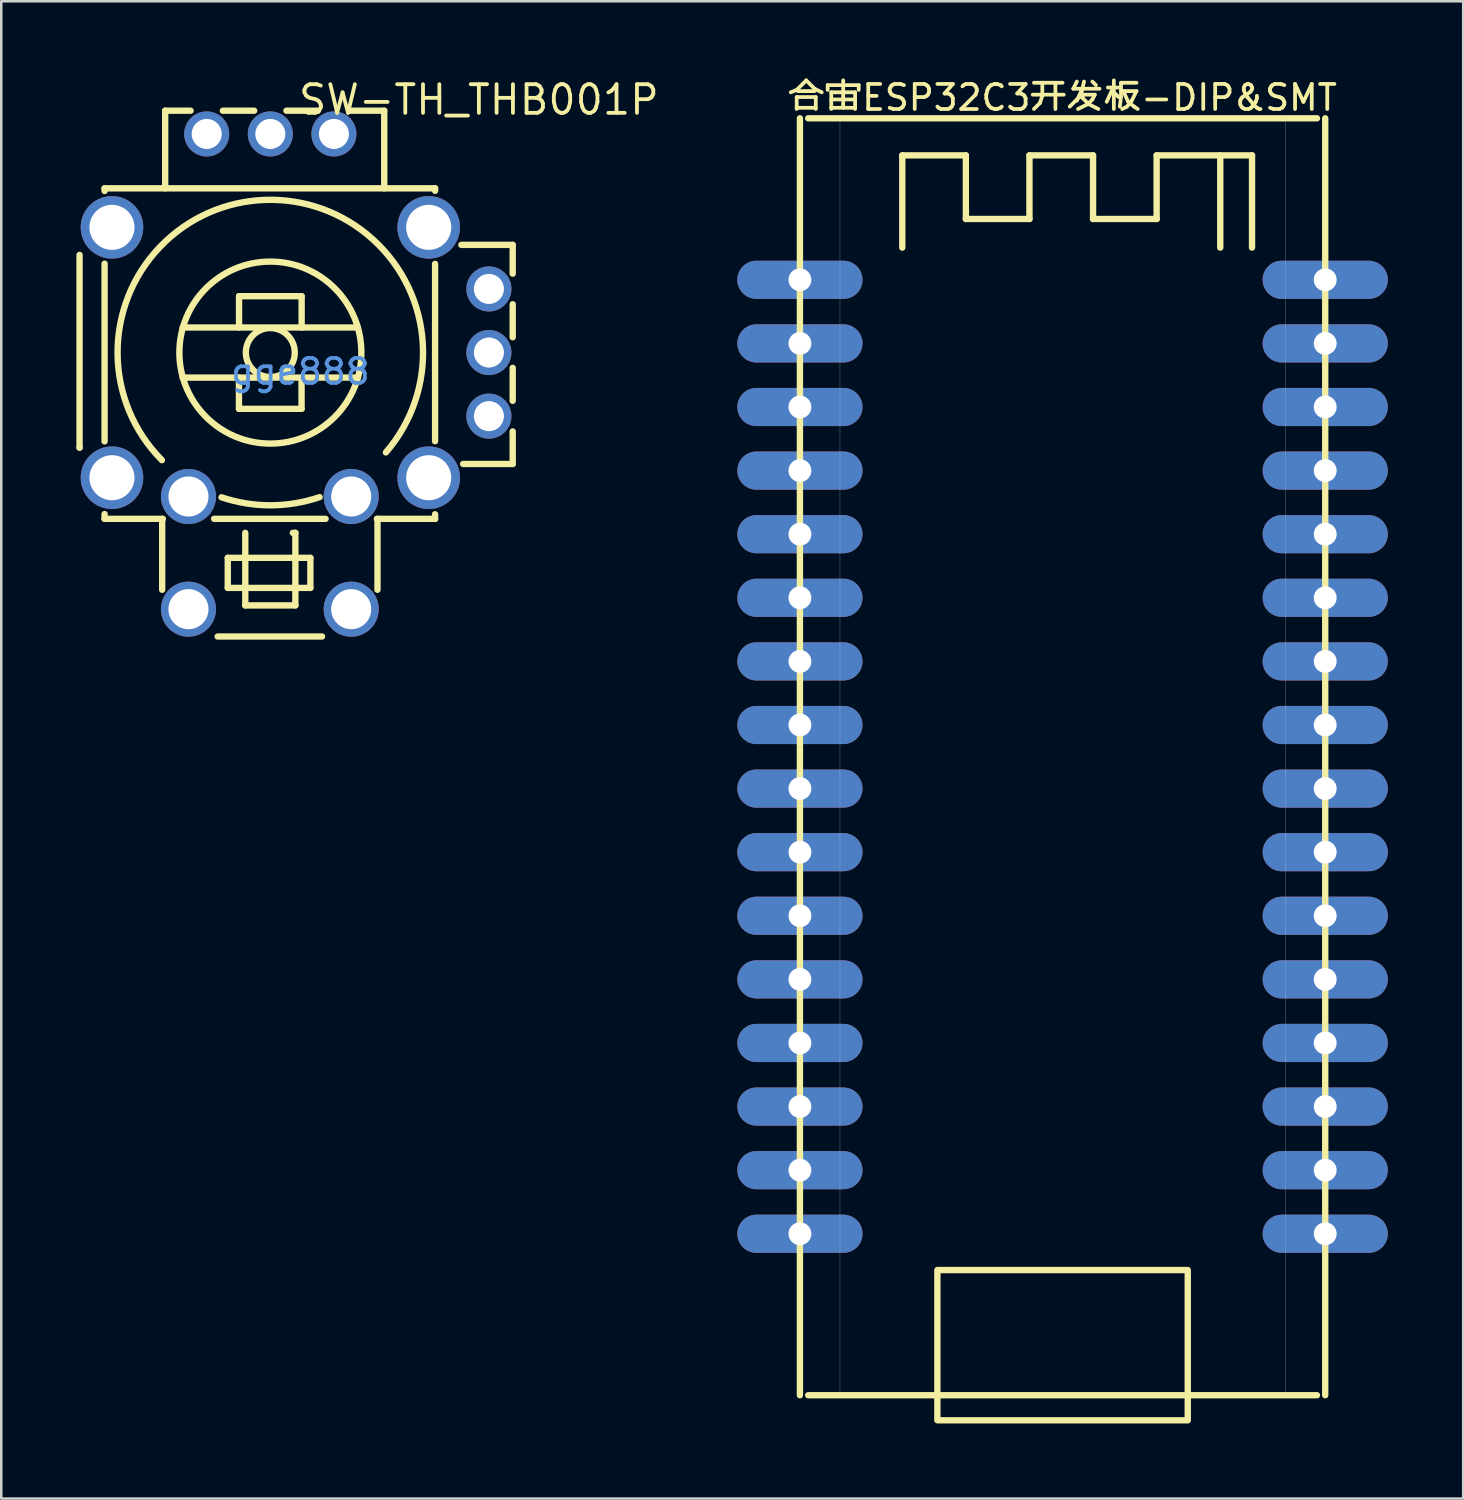
<source format=kicad_pcb>
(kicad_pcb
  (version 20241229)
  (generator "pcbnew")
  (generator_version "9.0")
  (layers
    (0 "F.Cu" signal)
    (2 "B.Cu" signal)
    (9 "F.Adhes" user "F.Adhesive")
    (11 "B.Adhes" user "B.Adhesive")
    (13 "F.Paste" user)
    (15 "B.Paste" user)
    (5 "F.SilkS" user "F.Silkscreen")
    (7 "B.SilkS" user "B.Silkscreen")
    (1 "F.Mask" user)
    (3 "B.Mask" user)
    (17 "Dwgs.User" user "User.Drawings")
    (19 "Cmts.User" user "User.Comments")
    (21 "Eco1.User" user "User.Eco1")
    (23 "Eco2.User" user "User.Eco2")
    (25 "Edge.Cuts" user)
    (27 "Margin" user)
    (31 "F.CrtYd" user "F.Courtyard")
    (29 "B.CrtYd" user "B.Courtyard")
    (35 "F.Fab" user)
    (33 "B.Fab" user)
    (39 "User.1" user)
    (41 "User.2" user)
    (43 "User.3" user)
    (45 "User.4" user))
  (footprint "SW-TH_THB001P"
    (layer "F.Cu")
    (at 8.949 11.79)
    (property "Reference" "SW-TH_THB001P" (at -0.158 -10.855 0) (layer "F.SilkS") (effects (font (size 1.143 1.143) (thickness 0.152)) (justify left)))
    (attr through_hole)
    (fp_line (start -8.822 -4.66) (end -8.822 3.04) (stroke (width 0.254) (type solid)) (layer "F.SilkS"))
    (fp_line (start -8.822 3.04) (end -8.822 3.04) (stroke (width 0.254) (type solid)) (layer "F.SilkS"))
    (fp_line (start -7.822 -7.318) (end 5.378 -7.318) (stroke (width 0.254) (type solid)) (layer "F.SilkS"))
    (fp_line (start -7.822 -7.212) (end -7.822 -7.318) (stroke (width 0.254) (type solid)) (layer "F.SilkS"))
    (fp_line (start -7.822 2.788) (end -7.822 -4.309) (stroke (width 0.254) (type solid)) (layer "F.SilkS"))
    (fp_line (start -7.822 5.882) (end -7.822 5.691) (stroke (width 0.254) (type solid)) (layer "F.SilkS"))
    (fp_line (start -5.522 8.715) (end -5.522 5.882) (stroke (width 0.254) (type solid)) (layer "F.SilkS"))
    (fp_line (start -5.496 5.882) (end -7.822 5.882) (stroke (width 0.254) (type solid)) (layer "F.SilkS"))
    (fp_line (start -5.402 -10.418) (end -4.387 -10.418) (stroke (width 0.254) (type solid)) (layer "F.SilkS"))
    (fp_line (start -5.402 -7.318) (end -5.402 -10.418) (stroke (width 0.254) (type solid)) (layer "F.SilkS"))
    (fp_line (start -4.703 0.241) (end 2.298 0.24) (stroke (width 0.254) (type solid)) (layer "F.SilkS"))
    (fp_line (start -4.702 -1.76) (end 2.298 -1.76) (stroke (width 0.254) (type solid)) (layer "F.SilkS"))
    (fp_line (start -3.306 10.582) (end 0.862 10.582) (stroke (width 0.254) (type solid)) (layer "F.SilkS"))
    (fp_line (start -3.098 -10.418) (end -1.847 -10.418) (stroke (width 0.254) (type solid)) (layer "F.SilkS"))
    (fp_line (start -2.902 7.44) (end 0.397 7.44) (stroke (width 0.254) (type solid)) (layer "F.SilkS"))
    (fp_line (start -2.902 8.64) (end -2.902 7.44) (stroke (width 0.254) (type solid)) (layer "F.SilkS"))
    (fp_line (start -2.455 1.488) (end -2.455 0.238) (stroke (width 0.254) (type solid)) (layer "F.SilkS"))
    (fp_line (start -2.452 -3.01) (end 0.048 -3.01) (stroke (width 0.254) (type solid)) (layer "F.SilkS"))
    (fp_line (start -2.452 -1.76) (end -2.452 -3.01) (stroke (width 0.254) (type solid)) (layer "F.SilkS"))
    (fp_line (start -2.203 6.441) (end -2.203 9.339) (stroke (width 0.254) (type solid)) (layer "F.SilkS"))
    (fp_line (start -2.203 9.339) (end -0.202 9.339) (stroke (width 0.254) (type solid)) (layer "F.SilkS"))
    (fp_line (start -0.558 -10.418) (end 0.693 -10.418) (stroke (width 0.254) (type solid)) (layer "F.SilkS"))
    (fp_line (start -0.202 6.441) (end -0.303 6.441) (stroke (width 0.254) (type solid)) (layer "F.SilkS"))
    (fp_line (start -0.202 9.339) (end -0.202 6.441) (stroke (width 0.254) (type solid)) (layer "F.SilkS"))
    (fp_line (start 0.045 0.238) (end 0.045 1.488) (stroke (width 0.254) (type solid)) (layer "F.SilkS"))
    (fp_line (start 0.045 1.488) (end -2.455 1.488) (stroke (width 0.254) (type solid)) (layer "F.SilkS"))
    (fp_line (start 0.048 -3.01) (end 0.048 -1.76) (stroke (width 0.254) (type solid)) (layer "F.SilkS"))
    (fp_line (start 0.397 7.44) (end 0.397 8.64) (stroke (width 0.254) (type solid)) (layer "F.SilkS"))
    (fp_line (start 0.397 8.64) (end -2.902 8.64) (stroke (width 0.254) (type solid)) (layer "F.SilkS"))
    (fp_line (start 1.004 5.882) (end -3.448 5.882) (stroke (width 0.254) (type solid)) (layer "F.SilkS"))
    (fp_line (start 1.982 -10.418) (end 3.347 -10.418) (stroke (width 0.254) (type solid)) (layer "F.SilkS"))
    (fp_line (start 3.078 8.715) (end 3.078 5.882) (stroke (width 0.254) (type solid)) (layer "F.SilkS"))
    (fp_line (start 3.347 -7.318) (end 3.347 -10.418) (stroke (width 0.254) (type solid)) (layer "F.SilkS"))
    (fp_line (start 5.378 -7.318) (end 5.378 -7.219) (stroke (width 0.254) (type solid)) (layer "F.SilkS"))
    (fp_line (start 5.378 -4.301) (end 5.378 2.781) (stroke (width 0.254) (type solid)) (layer "F.SilkS"))
    (fp_line (start 5.378 5.699) (end 5.378 5.882) (stroke (width 0.254) (type solid)) (layer "F.SilkS"))
    (fp_line (start 5.378 5.882) (end 3.052 5.882) (stroke (width 0.254) (type solid)) (layer "F.SilkS"))
    (fp_line (start 8.478 -5.06) (end 6.427 -5.06) (stroke (width 0.254) (type solid)) (layer "F.SilkS"))
    (fp_line (start 8.478 -5.06) (end 8.478 -3.911) (stroke (width 0.254) (type solid)) (layer "F.SilkS"))
    (fp_line (start 8.478 -2.689) (end 8.478 -1.371) (stroke (width 0.254) (type solid)) (layer "F.SilkS"))
    (fp_line (start 8.478 -0.149) (end 8.478 1.169) (stroke (width 0.254) (type solid)) (layer "F.SilkS"))
    (fp_line (start 8.478 2.391) (end 8.478 3.69) (stroke (width 0.254) (type solid)) (layer "F.SilkS"))
    (fp_line (start 8.478 3.69) (end 6.498 3.69) (stroke (width 0.254) (type solid)) (layer "F.SilkS"))
    (fp_arc (start -5.531 3.539) (mid -1.414235 -6.856586) (end 3.412169 3.229136) (stroke (width 0.254) (type solid)) (layer "F.SilkS"))
    (fp_arc (start 0.766 5.015) (mid -1.192465 5.341432) (end -3.152045 5.021765) (stroke (width 0.254) (type solid)) (layer "F.SilkS"))
    (fp_circle (center -1.203 -0.76) (end -0.226 -0.76) (stroke (width 0.254) (type solid)) (fill no) (layer "F.SilkS"))
    (fp_circle (center -1.201 -0.758) (end 2.433 -0.758) (stroke (width 0.254) (type solid)) (fill no) (layer "F.SilkS"))
    (fp_text user "gge888" (at 0 0 0) (layer "Cmts.User") (effects (font (size 1 1) (thickness 0.15))))
    (pad "1" thru_hole circle (at 7.527 1.78) (size 1.8 1.8) (drill 1.2) (layers "*.Cu" "*.Paste" "*.Mask"))
    (pad "2" thru_hole circle (at 7.527 -0.76) (size 1.8 1.8) (drill 1.2) (layers "*.Cu" "*.Paste" "*.Mask"))
    (pad "3" thru_hole circle (at 7.527 -3.3) (size 1.8 1.8) (drill 1.2) (layers "*.Cu" "*.Paste" "*.Mask"))
    (pad "4" thru_hole circle (at 1.337 -9.49) (size 1.8 1.8) (drill 1.2) (layers "*.Cu" "*.Paste" "*.Mask"))
    (pad "5" thru_hole circle (at -1.203 -9.49) (size 1.8 1.8) (drill 1.2) (layers "*.Cu" "*.Paste" "*.Mask"))
    (pad "6" thru_hole circle (at -3.743 -9.49) (size 1.8 1.8) (drill 1.2) (layers "*.Cu" "*.Paste" "*.Mask"))
    (pad "7" thru_hole circle (at -7.527 -5.76) (size 2.5 2.5) (drill 1.8) (layers "*.Cu" "*.Paste" "*.Mask"))
    (pad "8" thru_hole circle (at -7.527 4.24) (size 2.5 2.5) (drill 1.8) (layers "*.Cu" "*.Paste" "*.Mask"))
    (pad "9" thru_hole circle (at 5.123 4.24) (size 2.5 2.5) (drill 1.8) (layers "*.Cu" "*.Paste" "*.Mask"))
    (pad "10" thru_hole circle (at 5.123 -5.76) (size 2.5 2.5) (drill 1.8) (layers "*.Cu" "*.Paste" "*.Mask"))
    (pad "a" thru_hole circle (at -4.472 4.99) (size 2.2 2.2) (drill 1.6) (layers "*.Cu" "*.Paste" "*.Mask"))
    (pad "b" thru_hole circle (at 2.028 4.99) (size 2.2 2.2) (drill 1.6) (layers "*.Cu" "*.Paste" "*.Mask"))
    (pad "c" thru_hole circle (at -4.472 9.49) (size 2.2 2.2) (drill 1.6) (layers "*.Cu" "*.Paste" "*.Mask"))
    (pad "d" thru_hole circle (at 2.028 9.49) (size 2.2 2.2) (drill 1.6) (layers "*.Cu" "*.Paste" "*.Mask")))
  (footprint "合宙ESP32C3开发板-DIP&SMT"
    (layer "F.Cu")
    (at 39.388 52.575)
    (property "Reference" "合宙ESP32C3开发板-DIP&SMT" (at 0 -51.727 0) (layer "F.SilkS") (effects (font (size 1 1) (thickness 0.15))))
    (fp_line (start -10.49 -50.9) (end -10.49 0.1) (stroke (width 0.254) (type default)) (layer "F.SilkS"))
    (fp_line (start -10.16 -50.9) (end 10.16 -50.9) (stroke (width 0.254) (type default)) (layer "F.SilkS"))
    (fp_line (start -10.16 0.1) (end 10.16 0.1) (stroke (width 0.254) (type default)) (layer "F.SilkS"))
    (fp_line (start -6.402 -49.419) (end -3.862 -49.419) (stroke (width 0.254) (type default)) (layer "F.SilkS"))
    (fp_line (start -6.402 -45.736) (end -6.402 -49.419) (stroke (width 0.254) (type default)) (layer "F.SilkS"))
    (fp_line (start -3.862 -49.419) (end -3.862 -46.879) (stroke (width 0.254) (type default)) (layer "F.SilkS"))
    (fp_line (start -3.862 -46.879) (end -1.323 -46.879) (stroke (width 0.254) (type default)) (layer "F.SilkS"))
    (fp_line (start -1.323 -49.419) (end 1.218 -49.419) (stroke (width 0.254) (type default)) (layer "F.SilkS"))
    (fp_line (start -1.323 -46.879) (end -1.323 -49.419) (stroke (width 0.254) (type default)) (layer "F.SilkS"))
    (fp_line (start 1.218 -49.419) (end 1.218 -46.879) (stroke (width 0.254) (type default)) (layer "F.SilkS"))
    (fp_line (start 1.218 -46.879) (end 3.757 -46.879) (stroke (width 0.254) (type default)) (layer "F.SilkS"))
    (fp_line (start 3.757 -49.419) (end 7.567 -49.419) (stroke (width 0.254) (type default)) (layer "F.SilkS"))
    (fp_line (start 3.757 -46.879) (end 3.757 -49.419) (stroke (width 0.254) (type default)) (layer "F.SilkS"))
    (fp_line (start 6.298 -45.736) (end 6.298 -49.419) (stroke (width 0.254) (type default)) (layer "F.SilkS"))
    (fp_line (start 7.567 -49.419) (end 7.567 -45.736) (stroke (width 0.254) (type default)) (layer "F.SilkS"))
    (fp_line (start 10.49 -50.9) (end 10.49 0.1) (stroke (width 0.254) (type default)) (layer "F.SilkS"))
    (fp_rect (start -5 -4.9) (end 5 1.1) (stroke (width 0.254) (type default)) (fill no) (layer "F.SilkS"))
    (fp_line (start -8.89 -50.9) (end -8.89 0.1) (stroke (width 0.01) (type default)) (layer "Dwgs.User"))
    (fp_line (start 8.89 -50.9) (end 8.89 0.1) (stroke (width 0.01) (type default)) (layer "Dwgs.User"))
    (pad "1" thru_hole oval (at -10.49 -44.45) (size 5 1.524) (drill 0.914) (layers "*.Cu" "*.Mask"))
    (pad "2" thru_hole oval (at -10.49 -41.91) (size 5 1.524) (drill 0.914) (layers "*.Cu" "*.Mask"))
    (pad "3" thru_hole oval (at -10.49 -39.37) (size 5 1.524) (drill 0.914) (layers "*.Cu" "*.Mask"))
    (pad "4" thru_hole oval (at -10.49 -36.83) (size 5 1.524) (drill 0.914) (layers "*.Cu" "*.Mask"))
    (pad "5" thru_hole oval (at -10.49 -34.29) (size 5 1.524) (drill 0.914) (layers "*.Cu" "*.Mask"))
    (pad "6" thru_hole oval (at -10.49 -31.75) (size 5 1.524) (drill 0.914) (layers "*.Cu" "*.Mask"))
    (pad "7" thru_hole oval (at -10.49 -29.21) (size 5 1.524) (drill 0.914) (layers "*.Cu" "*.Mask"))
    (pad "8" thru_hole oval (at -10.49 -26.67) (size 5 1.524) (drill 0.914) (layers "*.Cu" "*.Mask"))
    (pad "9" thru_hole oval (at -10.49 -24.13) (size 5 1.524) (drill 0.914) (layers "*.Cu" "*.Mask"))
    (pad "10" thru_hole oval (at -10.49 -21.59) (size 5 1.524) (drill 0.914) (layers "*.Cu" "*.Mask"))
    (pad "11" thru_hole oval (at -10.49 -19.05) (size 5 1.524) (drill 0.914) (layers "*.Cu" "*.Mask"))
    (pad "12" thru_hole oval (at -10.49 -16.51) (size 5 1.524) (drill 0.914) (layers "*.Cu" "*.Mask"))
    (pad "13" thru_hole oval (at -10.49 -13.97) (size 5 1.524) (drill 0.914) (layers "*.Cu" "*.Mask"))
    (pad "14" thru_hole oval (at -10.49 -11.43) (size 5 1.524) (drill 0.914) (layers "*.Cu" "*.Mask"))
    (pad "15" thru_hole oval (at -10.49 -8.89) (size 5 1.524) (drill 0.914) (layers "*.Cu" "*.Mask"))
    (pad "16" thru_hole oval (at -10.49 -6.35) (size 5 1.524) (drill 0.914) (layers "*.Cu" "*.Mask"))
    (pad "17" thru_hole oval (at 10.49 -44.45) (size 5 1.524) (drill 0.914) (layers "*.Cu" "*.Mask"))
    (pad "18" thru_hole oval (at 10.49 -41.91) (size 5 1.524) (drill 0.914) (layers "*.Cu" "*.Mask"))
    (pad "19" thru_hole oval (at 10.49 -39.37) (size 5 1.524) (drill 0.914) (layers "*.Cu" "*.Mask"))
    (pad "20" thru_hole oval (at 10.49 -36.83) (size 5 1.524) (drill 0.914) (layers "*.Cu" "*.Mask"))
    (pad "21" thru_hole oval (at 10.49 -34.29) (size 5 1.524) (drill 0.914) (layers "*.Cu" "*.Mask"))
    (pad "22" thru_hole oval (at 10.49 -31.75) (size 5 1.524) (drill 0.914) (layers "*.Cu" "*.Mask"))
    (pad "23" thru_hole oval (at 10.49 -29.21) (size 5 1.524) (drill 0.914) (layers "*.Cu" "*.Mask"))
    (pad "24" thru_hole oval (at 10.49 -26.67) (size 5 1.524) (drill 0.914) (layers "*.Cu" "*.Mask"))
    (pad "25" thru_hole oval (at 10.49 -24.13) (size 5 1.524) (drill 0.914) (layers "*.Cu" "*.Mask"))
    (pad "26" thru_hole oval (at 10.49 -21.59) (size 5 1.524) (drill 0.914) (layers "*.Cu" "*.Mask"))
    (pad "27" thru_hole oval (at 10.49 -19.05) (size 5 1.524) (drill 0.914) (layers "*.Cu" "*.Mask"))
    (pad "28" thru_hole oval (at 10.49 -16.51) (size 5 1.524) (drill 0.914) (layers "*.Cu" "*.Mask"))
    (pad "29" thru_hole oval (at 10.49 -13.97) (size 5 1.524) (drill 0.914) (layers "*.Cu" "*.Mask"))
    (pad "30" thru_hole oval (at 10.49 -11.43) (size 5 1.524) (drill 0.914) (layers "*.Cu" "*.Mask"))
    (pad "31" thru_hole oval (at 10.49 -8.89) (size 5 1.524) (drill 0.914) (layers "*.Cu" "*.Mask"))
    (pad "32" thru_hole oval (at 10.49 -6.35) (size 5 1.524) (drill 0.914) (layers "*.Cu" "*.Mask"))
    (zone (net_name "") (layer "F.Cu") (hatch edge 0.5) (connect_pads) (min_thickness 0.25) (filled_areas_thickness no) (keepout (tracks not_allowed) (vias not_allowed) (pads not_allowed) (copperpour not_allowed) (footprints not_allowed)) (placement (enabled no)) (fill) (polygon (pts (xy 52.388 6.857) (xy 26.388 6.857) (xy 26.388 1.677) (xy 52.388 1.677)))))
  (gr_rect
    (start -3 -3)
    (end 55.388 56.802)
    (stroke (width 0.1) (type default))
    (fill no)
    (layer "Edge.Cuts")))
</source>
